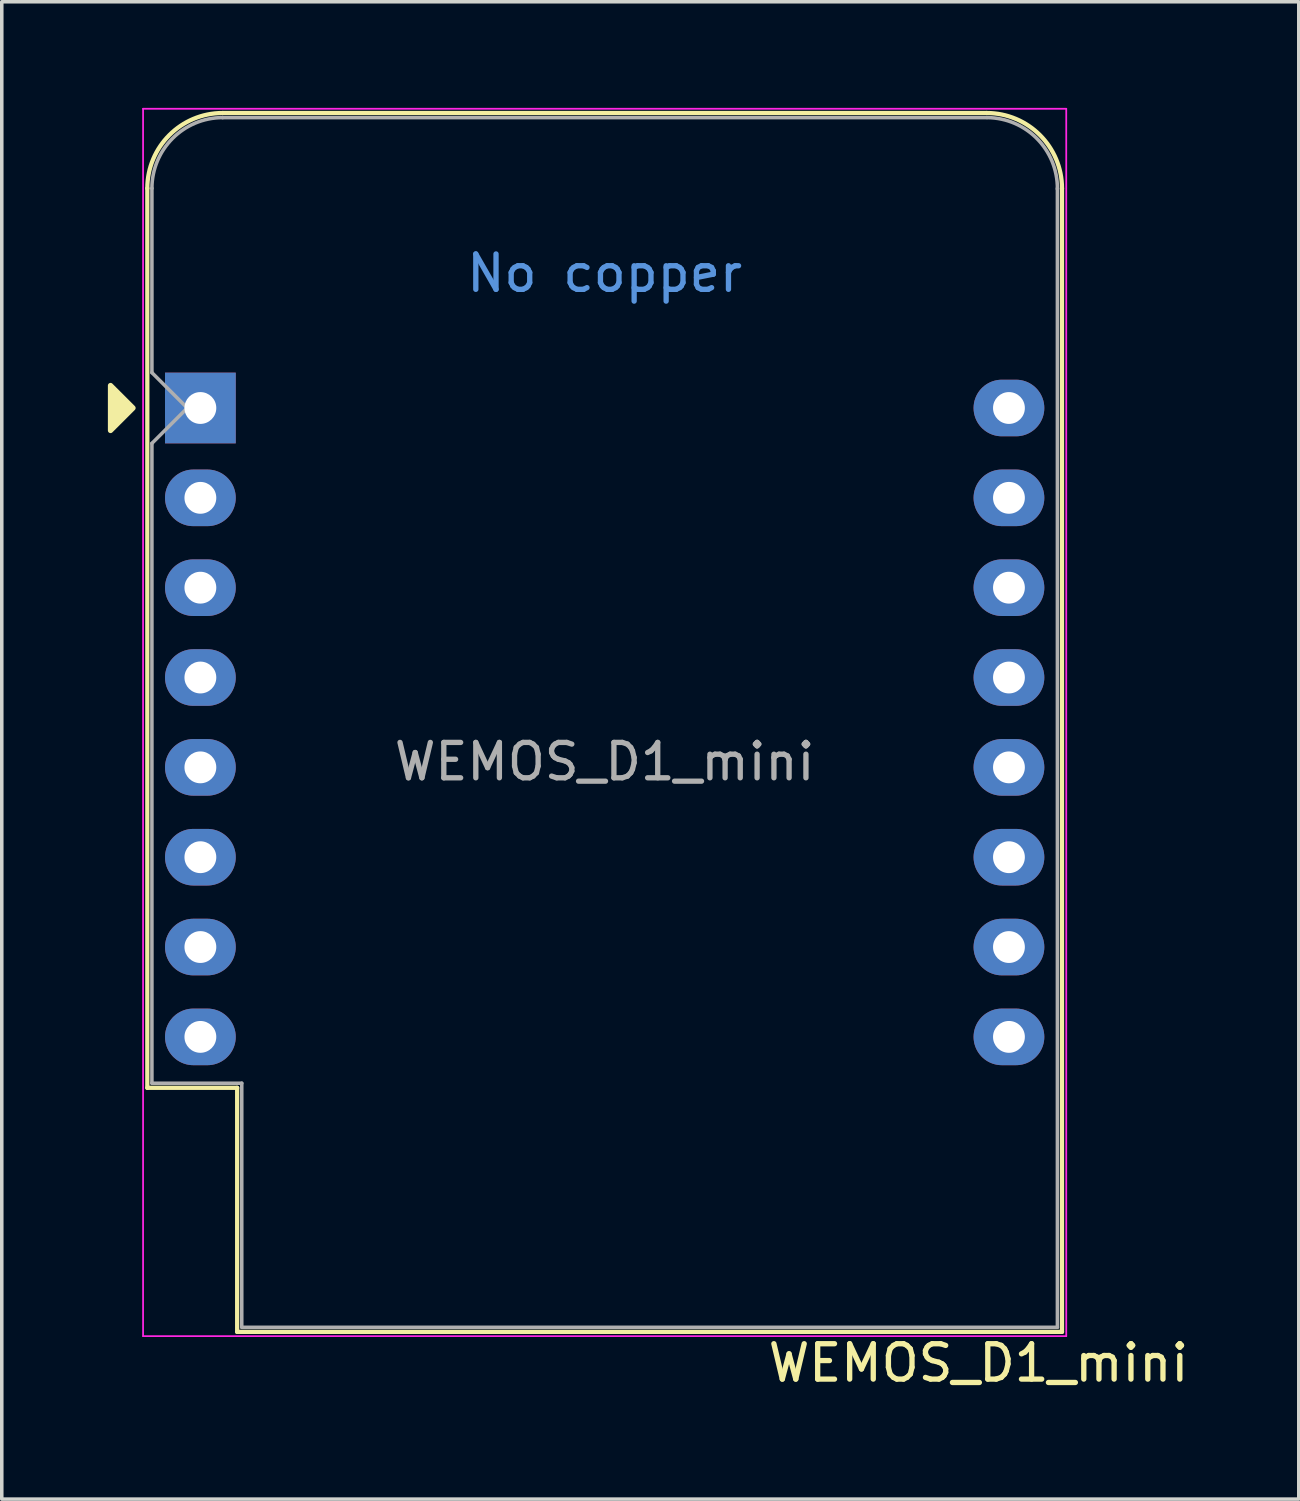
<source format=kicad_pcb>
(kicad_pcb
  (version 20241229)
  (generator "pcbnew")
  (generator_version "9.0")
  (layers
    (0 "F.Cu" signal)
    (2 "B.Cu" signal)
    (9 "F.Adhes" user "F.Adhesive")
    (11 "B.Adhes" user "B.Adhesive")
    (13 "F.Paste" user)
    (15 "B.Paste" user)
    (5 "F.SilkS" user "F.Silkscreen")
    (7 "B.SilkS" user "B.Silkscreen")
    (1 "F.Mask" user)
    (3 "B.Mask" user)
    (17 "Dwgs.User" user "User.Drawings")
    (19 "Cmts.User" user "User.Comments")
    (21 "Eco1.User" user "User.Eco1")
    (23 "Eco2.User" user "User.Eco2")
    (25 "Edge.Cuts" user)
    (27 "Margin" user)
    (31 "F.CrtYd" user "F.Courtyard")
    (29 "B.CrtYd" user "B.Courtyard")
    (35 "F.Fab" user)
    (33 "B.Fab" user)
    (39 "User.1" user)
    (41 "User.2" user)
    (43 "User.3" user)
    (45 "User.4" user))
  (footprint "WEMOS_D1_mini"
    (layer "F.Cu")
    (at 2.615 8.485)
    (property "Reference" "WEMOS_D1_mini" (at 22 27 0) (layer "F.SilkS") (effects (font (size 1 1) (thickness 0.15))))
    (attr through_hole)
    (fp_line (start -1.5 19.22) (end -1.5 -6.21) (stroke (width 0.12) (type solid)) (layer "F.SilkS"))
    (fp_line (start -1.5 19.22) (end 1.04 19.22) (stroke (width 0.12) (type solid)) (layer "F.SilkS"))
    (fp_line (start 1.04 19.22) (end 1.04 26.12) (stroke (width 0.12) (type solid)) (layer "F.SilkS"))
    (fp_line (start 1.04 26.12) (end 24.36 26.12) (stroke (width 0.12) (type solid)) (layer "F.SilkS"))
    (fp_line (start 22.24 -8.34) (end 0.63 -8.34) (stroke (width 0.12) (type solid)) (layer "F.SilkS"))
    (fp_line (start 24.36 26.12) (end 24.36 -6.21) (stroke (width 0.12) (type solid)) (layer "F.SilkS"))
    (fp_arc (start -1.5 -6.21) (mid -0.876137 -7.716137) (end 0.63 -8.34) (stroke (width 0.12) (type solid)) (layer "F.SilkS"))
    (fp_arc (start 22.23 -8.34) (mid 23.736137 -7.716137) (end 24.36 -6.21) (stroke (width 0.12) (type solid)) (layer "F.SilkS"))
    (fp_poly (pts (xy -2.54 -0.635) (xy -2.54 0.635) (xy -1.905 0)) (stroke (width 0.15) (type solid)) (fill yes) (layer "F.SilkS"))
    (fp_line (start -1.62 -8.46) (end 24.48 -8.46) (stroke (width 0.05) (type solid)) (layer "F.CrtYd"))
    (fp_line (start -1.62 26.24) (end -1.62 -8.46) (stroke (width 0.05) (type solid)) (layer "F.CrtYd"))
    (fp_line (start 24.48 -8.46) (end 24.48 26.24) (stroke (width 0.05) (type solid)) (layer "F.CrtYd"))
    (fp_line (start 24.48 26.24) (end -1.62 26.24) (stroke (width 0.05) (type solid)) (layer "F.CrtYd"))
    (fp_line (start -1.37 -6.21) (end -1.37 -1) (stroke (width 0.1) (type solid)) (layer "F.Fab"))
    (fp_line (start -1.37 1) (end -1.37 19.09) (stroke (width 0.1) (type solid)) (layer "F.Fab"))
    (fp_line (start -1.37 1) (end -0.37 0) (stroke (width 0.1) (type solid)) (layer "F.Fab"))
    (fp_line (start -1.37 19.09) (end 1.17 19.09) (stroke (width 0.1) (type solid)) (layer "F.Fab"))
    (fp_line (start -0.37 0) (end -1.37 -1) (stroke (width 0.1) (type solid)) (layer "F.Fab"))
    (fp_line (start 1.17 19.09) (end 1.17 25.99) (stroke (width 0.1) (type solid)) (layer "F.Fab"))
    (fp_line (start 1.17 25.99) (end 24.23 25.99) (stroke (width 0.1) (type solid)) (layer "F.Fab"))
    (fp_line (start 22.23 -8.21) (end 0.63 -8.21) (stroke (width 0.1) (type solid)) (layer "F.Fab"))
    (fp_line (start 24.23 25.99) (end 24.23 -6.21) (stroke (width 0.1) (type solid)) (layer "F.Fab"))
    (fp_arc (start -1.37 -6.21) (mid -0.784214 -7.624214) (end 0.63 -8.21) (stroke (width 0.1) (type solid)) (layer "F.Fab"))
    (fp_arc (start 22.25 -8.21) (mid 23.658356 -7.610071) (end 24.23 -6.19) (stroke (width 0.1) (type solid)) (layer "F.Fab"))
    (fp_text user "No copper" (at 11.43 -3.81 0) (layer "Cmts.User") (effects (font (size 1 1) (thickness 0.15))))
    (fp_text user "${REFERENCE}" (at 11.43 10 0) (layer "F.Fab") (effects (font (size 1 1) (thickness 0.15))))
    (pad "1" thru_hole rect (at 0 0) (size 2 2) (drill 0.9) (layers "*.Cu" "*.Mask"))
    (pad "2" thru_hole oval (at 0 2.54) (size 2 1.6) (drill 0.9) (layers "*.Cu" "*.Mask"))
    (pad "3" thru_hole oval (at 0 5.08) (size 2 1.6) (drill 0.9) (layers "*.Cu" "*.Mask"))
    (pad "4" thru_hole oval (at 0 7.62) (size 2 1.6) (drill 0.9) (layers "*.Cu" "*.Mask"))
    (pad "5" thru_hole oval (at 0 10.16) (size 2 1.6) (drill 0.9) (layers "*.Cu" "*.Mask"))
    (pad "6" thru_hole oval (at 0 12.7) (size 2 1.6) (drill 0.9) (layers "*.Cu" "*.Mask"))
    (pad "7" thru_hole oval (at 0 15.24) (size 2 1.6) (drill 0.9) (layers "*.Cu" "*.Mask"))
    (pad "8" thru_hole oval (at 0 17.78) (size 2 1.6) (drill 0.9) (layers "*.Cu" "*.Mask"))
    (pad "9" thru_hole oval (at 22.86 17.78) (size 2 1.6) (drill 0.9) (layers "*.Cu" "*.Mask"))
    (pad "10" thru_hole oval (at 22.86 15.24) (size 2 1.6) (drill 0.9) (layers "*.Cu" "*.Mask"))
    (pad "11" thru_hole oval (at 22.86 12.7) (size 2 1.6) (drill 0.9) (layers "*.Cu" "*.Mask"))
    (pad "12" thru_hole oval (at 22.86 10.16) (size 2 1.6) (drill 0.9) (layers "*.Cu" "*.Mask"))
    (pad "13" thru_hole oval (at 22.86 7.62) (size 2 1.6) (drill 0.9) (layers "*.Cu" "*.Mask"))
    (pad "14" thru_hole oval (at 22.86 5.08) (size 2 1.6) (drill 0.9) (layers "*.Cu" "*.Mask"))
    (pad "15" thru_hole oval (at 22.86 2.54) (size 2 1.6) (drill 0.9) (layers "*.Cu" "*.Mask"))
    (pad "16" thru_hole oval (at 22.86 0) (size 2 1.6) (drill 0.9) (layers "*.Cu" "*.Mask"))
    (zone (net_name "") (layers "F.Cu" "B.Cu" "Dwgs.User") (name "No Copper") (hatch edge 0.5) (connect_pads) (min_thickness 0.25) (filled_areas_thickness no) (keepout (tracks not_allowed) (vias not_allowed) (pads not_allowed) (copperpour not_allowed) (footprints not_allowed)) (placement (enabled no)) (fill) (polygon (pts (xy 1.265 0.285) (xy 26.865 0.285) (xy 26.865 7.085) (xy 1.265 7.085)))))
  (gr_rect
    (start -3 -3)
    (end 33.669 39.333)
    (stroke (width 0.1) (type default))
    (fill no)
    (layer "Edge.Cuts")))
</source>
